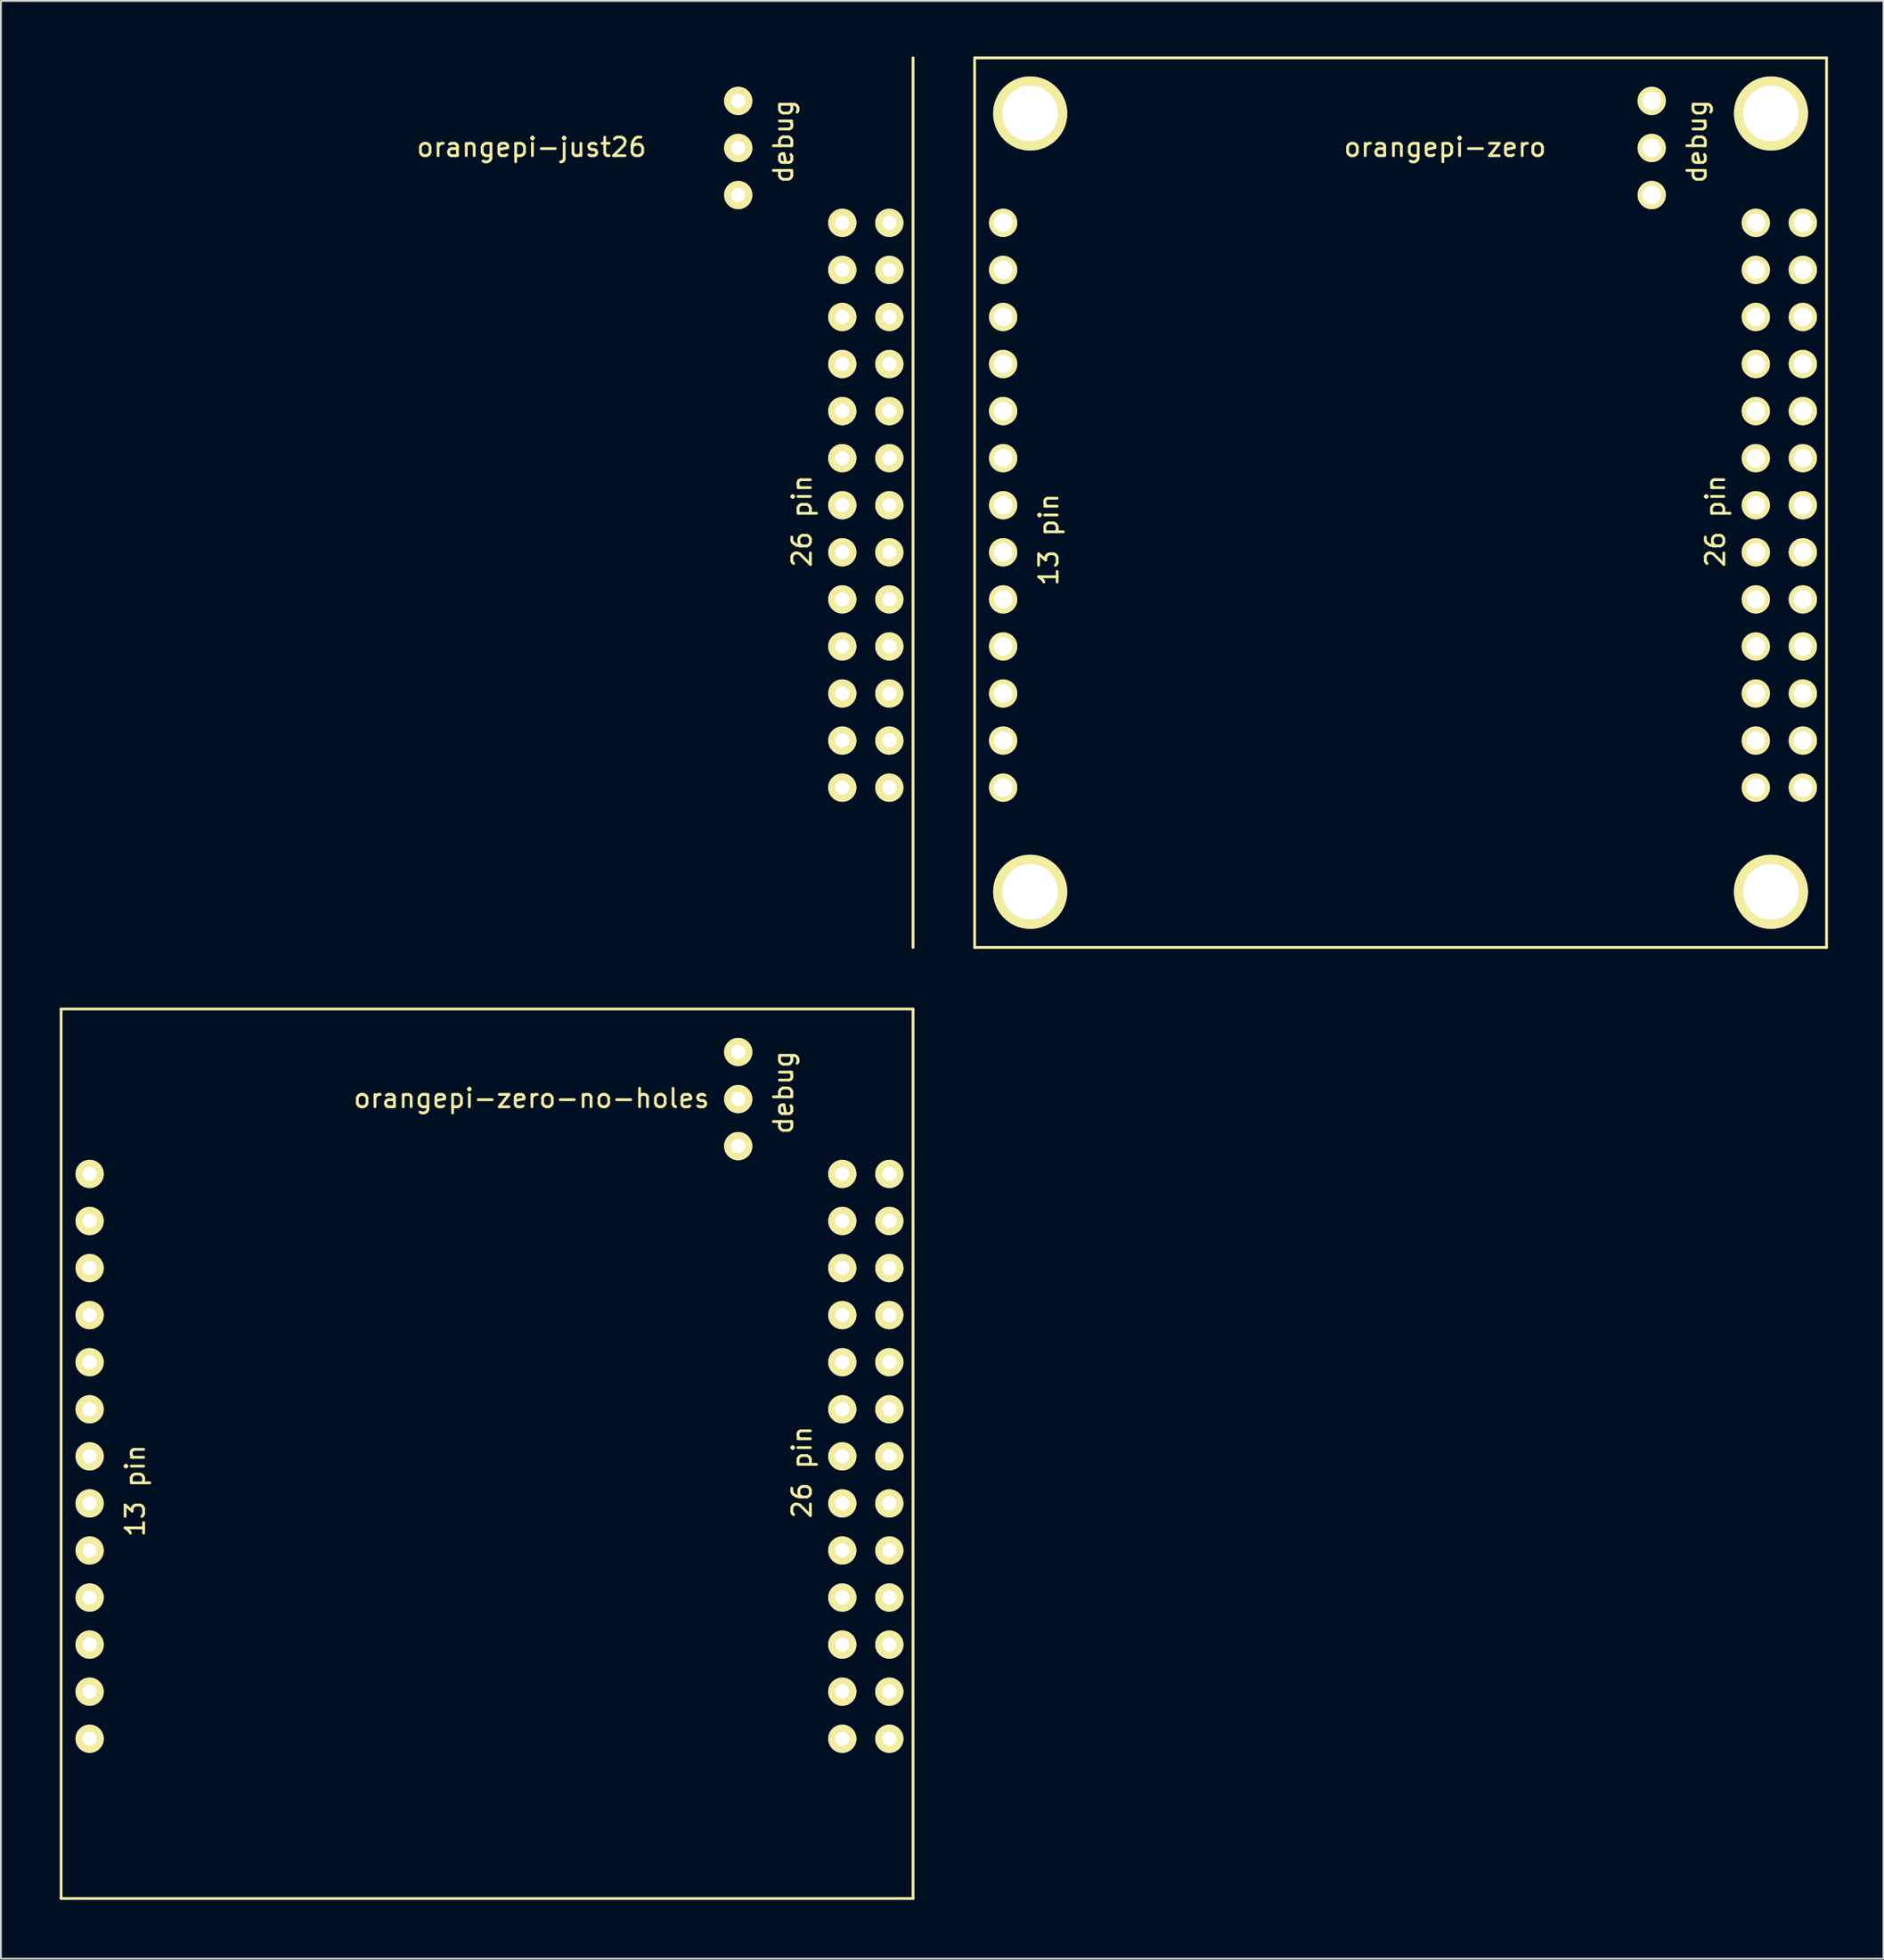
<source format=kicad_pcb>
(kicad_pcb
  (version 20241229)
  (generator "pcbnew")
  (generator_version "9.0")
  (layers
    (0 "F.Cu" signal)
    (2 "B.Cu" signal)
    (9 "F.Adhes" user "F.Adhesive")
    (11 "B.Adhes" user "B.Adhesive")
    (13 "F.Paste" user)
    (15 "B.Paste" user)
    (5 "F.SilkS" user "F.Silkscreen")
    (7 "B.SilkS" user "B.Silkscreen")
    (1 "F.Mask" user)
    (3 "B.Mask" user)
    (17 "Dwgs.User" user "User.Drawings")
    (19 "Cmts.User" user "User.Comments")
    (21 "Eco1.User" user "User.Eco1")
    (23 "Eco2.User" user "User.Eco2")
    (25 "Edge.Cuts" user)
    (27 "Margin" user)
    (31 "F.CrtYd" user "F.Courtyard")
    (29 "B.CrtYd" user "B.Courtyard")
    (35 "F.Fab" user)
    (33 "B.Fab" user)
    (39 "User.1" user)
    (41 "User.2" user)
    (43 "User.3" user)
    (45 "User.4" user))
  (footprint "orangepi-zero-no-holes"
    (layer "F.Cu")
    (at 0.25 99.4)
    (property "Reference" "orangepi-zero-no-holes" (at 25.4 -43.18 0) (layer "F.SilkS") (effects (font (size 1 1) (thickness 0.15))))
    (attr through_hole)
    (fp_line (start 0 -48) (end 46 -48) (stroke (width 0.15) (type solid)) (layer "F.SilkS"))
    (fp_line (start 0 0) (end 0 -48) (stroke (width 0.15) (type solid)) (layer "F.SilkS"))
    (fp_line (start 46 -48) (end 46 0) (stroke (width 0.15) (type solid)) (layer "F.SilkS"))
    (fp_line (start 46 0) (end 0 0) (stroke (width 0.15) (type solid)) (layer "F.SilkS"))
    (fp_text user "13 pin" (at 4 -22 90) (layer "F.SilkS") (effects (font (size 1 1) (thickness 0.15))))
    (fp_text user "debug" (at 39 -43.5 90) (layer "F.SilkS") (effects (font (size 1 1) (thickness 0.15))))
    (fp_text user "26 pin" (at 40 -23 90) (layer "F.SilkS") (effects (font (size 1 1) (thickness 0.15))))
    (pad "1" thru_hole circle (at 1.54 -39.1) (size 1.524 1.524) (drill 0.762) (layers "*.Cu" "*.Mask" "F.SilkS"))
    (pad "2" thru_hole circle (at 1.54 -36.56) (size 1.524 1.524) (drill 0.762) (layers "*.Cu" "*.Mask" "F.SilkS"))
    (pad "3" thru_hole circle (at 1.54 -34.02) (size 1.524 1.524) (drill 0.762) (layers "*.Cu" "*.Mask" "F.SilkS"))
    (pad "4" thru_hole circle (at 1.54 -31.48) (size 1.524 1.524) (drill 0.762) (layers "*.Cu" "*.Mask" "F.SilkS"))
    (pad "5" thru_hole circle (at 1.54 -28.94) (size 1.524 1.524) (drill 0.762) (layers "*.Cu" "*.Mask" "F.SilkS"))
    (pad "6" thru_hole circle (at 1.54 -26.4) (size 1.524 1.524) (drill 0.762) (layers "*.Cu" "*.Mask" "F.SilkS"))
    (pad "7" thru_hole circle (at 1.54 -23.86) (size 1.524 1.524) (drill 0.762) (layers "*.Cu" "*.Mask" "F.SilkS"))
    (pad "8" thru_hole circle (at 1.54 -21.32) (size 1.524 1.524) (drill 0.762) (layers "*.Cu" "*.Mask" "F.SilkS"))
    (pad "9" thru_hole circle (at 1.54 -18.78) (size 1.524 1.524) (drill 0.762) (layers "*.Cu" "*.Mask" "F.SilkS"))
    (pad "10" thru_hole circle (at 1.54 -16.24) (size 1.524 1.524) (drill 0.762) (layers "*.Cu" "*.Mask" "F.SilkS"))
    (pad "11" thru_hole circle (at 1.54 -13.7) (size 1.524 1.524) (drill 0.762) (layers "*.Cu" "*.Mask" "F.SilkS"))
    (pad "12" thru_hole circle (at 1.54 -11.16) (size 1.524 1.524) (drill 0.762) (layers "*.Cu" "*.Mask" "F.SilkS"))
    (pad "13" thru_hole circle (at 1.54 -8.62) (size 1.524 1.524) (drill 0.762) (layers "*.Cu" "*.Mask" "F.SilkS"))
    (pad "101" thru_hole circle (at 44.72 -8.62) (size 1.524 1.524) (drill 0.762) (layers "*.Cu" "*.Mask" "F.SilkS"))
    (pad "102" thru_hole circle (at 42.18 -8.62) (size 1.524 1.524) (drill 0.762) (layers "*.Cu" "*.Mask" "F.SilkS"))
    (pad "103" thru_hole circle (at 44.72 -11.16) (size 1.524 1.524) (drill 0.762) (layers "*.Cu" "*.Mask" "F.SilkS"))
    (pad "104" thru_hole circle (at 42.18 -11.16) (size 1.524 1.524) (drill 0.762) (layers "*.Cu" "*.Mask" "F.SilkS"))
    (pad "105" thru_hole circle (at 44.72 -13.7) (size 1.524 1.524) (drill 0.762) (layers "*.Cu" "*.Mask" "F.SilkS"))
    (pad "106" thru_hole circle (at 42.18 -13.7) (size 1.524 1.524) (drill 0.762) (layers "*.Cu" "*.Mask" "F.SilkS"))
    (pad "107" thru_hole circle (at 44.72 -16.24) (size 1.524 1.524) (drill 0.762) (layers "*.Cu" "*.Mask" "F.SilkS"))
    (pad "108" thru_hole circle (at 42.18 -16.24) (size 1.524 1.524) (drill 0.762) (layers "*.Cu" "*.Mask" "F.SilkS"))
    (pad "109" thru_hole circle (at 44.72 -18.78) (size 1.524 1.524) (drill 0.762) (layers "*.Cu" "*.Mask" "F.SilkS"))
    (pad "110" thru_hole circle (at 42.18 -18.78) (size 1.524 1.524) (drill 0.762) (layers "*.Cu" "*.Mask" "F.SilkS"))
    (pad "111" thru_hole circle (at 44.72 -21.32) (size 1.524 1.524) (drill 0.762) (layers "*.Cu" "*.Mask" "F.SilkS"))
    (pad "112" thru_hole circle (at 42.18 -21.32) (size 1.524 1.524) (drill 0.762) (layers "*.Cu" "*.Mask" "F.SilkS"))
    (pad "113" thru_hole circle (at 44.72 -23.86) (size 1.524 1.524) (drill 0.762) (layers "*.Cu" "*.Mask" "F.SilkS"))
    (pad "114" thru_hole circle (at 42.18 -23.86) (size 1.524 1.524) (drill 0.762) (layers "*.Cu" "*.Mask" "F.SilkS"))
    (pad "115" thru_hole circle (at 44.72 -26.4) (size 1.524 1.524) (drill 0.762) (layers "*.Cu" "*.Mask" "F.SilkS"))
    (pad "116" thru_hole circle (at 42.18 -26.4) (size 1.524 1.524) (drill 0.762) (layers "*.Cu" "*.Mask" "F.SilkS"))
    (pad "117" thru_hole circle (at 44.72 -28.94) (size 1.524 1.524) (drill 0.762) (layers "*.Cu" "*.Mask" "F.SilkS"))
    (pad "118" thru_hole circle (at 42.18 -28.94) (size 1.524 1.524) (drill 0.762) (layers "*.Cu" "*.Mask" "F.SilkS"))
    (pad "119" thru_hole circle (at 44.72 -31.48) (size 1.524 1.524) (drill 0.762) (layers "*.Cu" "*.Mask" "F.SilkS"))
    (pad "120" thru_hole circle (at 42.18 -31.48) (size 1.524 1.524) (drill 0.762) (layers "*.Cu" "*.Mask" "F.SilkS"))
    (pad "121" thru_hole circle (at 44.72 -34.02) (size 1.524 1.524) (drill 0.762) (layers "*.Cu" "*.Mask" "F.SilkS"))
    (pad "122" thru_hole circle (at 42.18 -34.02) (size 1.524 1.524) (drill 0.762) (layers "*.Cu" "*.Mask" "F.SilkS"))
    (pad "123" thru_hole circle (at 44.72 -36.56) (size 1.524 1.524) (drill 0.762) (layers "*.Cu" "*.Mask" "F.SilkS"))
    (pad "124" thru_hole circle (at 42.18 -36.56) (size 1.524 1.524) (drill 0.762) (layers "*.Cu" "*.Mask" "F.SilkS"))
    (pad "125" thru_hole circle (at 44.72 -39.1) (size 1.524 1.524) (drill 0.762) (layers "*.Cu" "*.Mask" "F.SilkS"))
    (pad "126" thru_hole circle (at 42.18 -39.1) (size 1.524 1.524) (drill 0.762) (layers "*.Cu" "*.Mask" "F.SilkS"))
    (pad "201" thru_hole circle (at 36.56 -45.68) (size 1.524 1.524) (drill 0.762) (layers "*.Cu" "*.Mask" "F.SilkS"))
    (pad "202" thru_hole circle (at 36.56 -43.14) (size 1.524 1.524) (drill 0.762) (layers "*.Cu" "*.Mask" "F.SilkS"))
    (pad "203" thru_hole circle (at 36.56 -40.6) (size 1.524 1.524) (drill 0.762) (layers "*.Cu" "*.Mask" "F.SilkS")))
  (footprint "orangepi-just26"
    (layer "F.Cu")
    (at 0.25 48.075)
    (property "Reference" "orangepi-just26" (at 25.4 -43.18 0) (layer "F.SilkS") (effects (font (size 1 1) (thickness 0.15))))
    (attr through_hole)
    (fp_line (start 46 -48) (end 46 0) (stroke (width 0.15) (type solid)) (layer "F.SilkS"))
    (fp_text user "26 pin" (at 40 -23 90) (layer "F.SilkS") (effects (font (size 1 1) (thickness 0.15))))
    (fp_text user "debug" (at 39 -43.5 90) (layer "F.SilkS") (effects (font (size 1 1) (thickness 0.15))))
    (pad "101" thru_hole circle (at 44.72 -8.62) (size 1.524 1.524) (drill 0.762) (layers "*.Cu" "*.Mask" "F.SilkS"))
    (pad "102" thru_hole circle (at 42.18 -8.62) (size 1.524 1.524) (drill 0.762) (layers "*.Cu" "*.Mask" "F.SilkS"))
    (pad "103" thru_hole circle (at 44.72 -11.16) (size 1.524 1.524) (drill 0.762) (layers "*.Cu" "*.Mask" "F.SilkS"))
    (pad "104" thru_hole circle (at 42.18 -11.16) (size 1.524 1.524) (drill 0.762) (layers "*.Cu" "*.Mask" "F.SilkS"))
    (pad "105" thru_hole circle (at 44.72 -13.7) (size 1.524 1.524) (drill 0.762) (layers "*.Cu" "*.Mask" "F.SilkS"))
    (pad "106" thru_hole circle (at 42.18 -13.7) (size 1.524 1.524) (drill 0.762) (layers "*.Cu" "*.Mask" "F.SilkS"))
    (pad "107" thru_hole circle (at 44.72 -16.24) (size 1.524 1.524) (drill 0.762) (layers "*.Cu" "*.Mask" "F.SilkS"))
    (pad "108" thru_hole circle (at 42.18 -16.24) (size 1.524 1.524) (drill 0.762) (layers "*.Cu" "*.Mask" "F.SilkS"))
    (pad "109" thru_hole circle (at 44.72 -18.78) (size 1.524 1.524) (drill 0.762) (layers "*.Cu" "*.Mask" "F.SilkS"))
    (pad "110" thru_hole circle (at 42.18 -18.78) (size 1.524 1.524) (drill 0.762) (layers "*.Cu" "*.Mask" "F.SilkS"))
    (pad "111" thru_hole circle (at 44.72 -21.32) (size 1.524 1.524) (drill 0.762) (layers "*.Cu" "*.Mask" "F.SilkS"))
    (pad "112" thru_hole circle (at 42.18 -21.32) (size 1.524 1.524) (drill 0.762) (layers "*.Cu" "*.Mask" "F.SilkS"))
    (pad "113" thru_hole circle (at 44.72 -23.86) (size 1.524 1.524) (drill 0.762) (layers "*.Cu" "*.Mask" "F.SilkS"))
    (pad "114" thru_hole circle (at 42.18 -23.86) (size 1.524 1.524) (drill 0.762) (layers "*.Cu" "*.Mask" "F.SilkS"))
    (pad "115" thru_hole circle (at 44.72 -26.4) (size 1.524 1.524) (drill 0.762) (layers "*.Cu" "*.Mask" "F.SilkS"))
    (pad "116" thru_hole circle (at 42.18 -26.4) (size 1.524 1.524) (drill 0.762) (layers "*.Cu" "*.Mask" "F.SilkS"))
    (pad "117" thru_hole circle (at 44.72 -28.94) (size 1.524 1.524) (drill 0.762) (layers "*.Cu" "*.Mask" "F.SilkS"))
    (pad "118" thru_hole circle (at 42.18 -28.94) (size 1.524 1.524) (drill 0.762) (layers "*.Cu" "*.Mask" "F.SilkS"))
    (pad "119" thru_hole circle (at 44.72 -31.48) (size 1.524 1.524) (drill 0.762) (layers "*.Cu" "*.Mask" "F.SilkS"))
    (pad "120" thru_hole circle (at 42.18 -31.48) (size 1.524 1.524) (drill 0.762) (layers "*.Cu" "*.Mask" "F.SilkS"))
    (pad "121" thru_hole circle (at 44.72 -34.02) (size 1.524 1.524) (drill 0.762) (layers "*.Cu" "*.Mask" "F.SilkS"))
    (pad "122" thru_hole circle (at 42.18 -34.02) (size 1.524 1.524) (drill 0.762) (layers "*.Cu" "*.Mask" "F.SilkS"))
    (pad "123" thru_hole circle (at 44.72 -36.56) (size 1.524 1.524) (drill 0.762) (layers "*.Cu" "*.Mask" "F.SilkS"))
    (pad "124" thru_hole circle (at 42.18 -36.56) (size 1.524 1.524) (drill 0.762) (layers "*.Cu" "*.Mask" "F.SilkS"))
    (pad "125" thru_hole circle (at 44.72 -39.1) (size 1.524 1.524) (drill 0.762) (layers "*.Cu" "*.Mask" "F.SilkS"))
    (pad "126" thru_hole circle (at 42.18 -39.1) (size 1.524 1.524) (drill 0.762) (layers "*.Cu" "*.Mask" "F.SilkS"))
    (pad "201" thru_hole circle (at 36.56 -45.68) (size 1.524 1.524) (drill 0.762) (layers "*.Cu" "*.Mask" "F.SilkS"))
    (pad "202" thru_hole circle (at 36.56 -43.14) (size 1.524 1.524) (drill 0.762) (layers "*.Cu" "*.Mask" "F.SilkS"))
    (pad "203" thru_hole circle (at 36.56 -40.6) (size 1.524 1.524) (drill 0.762) (layers "*.Cu" "*.Mask" "F.SilkS")))
  (footprint "orangepi-zero"
    (layer "F.Cu")
    (at 49.575 48.075)
    (property "Reference" "orangepi-zero" (at 25.4 -43.18 0) (layer "F.SilkS") (effects (font (size 1 1) (thickness 0.15))))
    (attr through_hole)
    (fp_line (start 0 -48) (end 46 -48) (stroke (width 0.15) (type solid)) (layer "F.SilkS"))
    (fp_line (start 0 0) (end 0 -48) (stroke (width 0.15) (type solid)) (layer "F.SilkS"))
    (fp_line (start 46 -48) (end 46 0) (stroke (width 0.15) (type solid)) (layer "F.SilkS"))
    (fp_line (start 46 0) (end 0 0) (stroke (width 0.15) (type solid)) (layer "F.SilkS"))
    (fp_text user "26 pin" (at 40 -23 90) (layer "F.SilkS") (effects (font (size 1 1) (thickness 0.15))))
    (fp_text user "debug" (at 39 -43.5 90) (layer "F.SilkS") (effects (font (size 1 1) (thickness 0.15))))
    (fp_text user "13 pin" (at 4 -22 90) (layer "F.SilkS") (effects (font (size 1 1) (thickness 0.15))))
    (pad "" thru_hole circle (at 3 -45) (size 4 4) (drill 3) (layers "*.Cu" "*.Mask" "F.SilkS"))
    (pad "" thru_hole circle (at 3 -3) (size 4 4) (drill 3) (layers "*.Cu" "*.Mask" "F.SilkS"))
    (pad "" thru_hole circle (at 43 -45) (size 4 4) (drill 3) (layers "*.Cu" "*.Mask" "F.SilkS"))
    (pad "" thru_hole circle (at 43 -3) (size 4 4) (drill 3) (layers "*.Cu" "*.Mask" "F.SilkS"))
    (pad "1" thru_hole circle (at 1.54 -39.1) (size 1.524 1.524) (drill 1) (layers "*.Cu" "*.Mask" "F.SilkS"))
    (pad "2" thru_hole circle (at 1.54 -36.56) (size 1.524 1.524) (drill 1) (layers "*.Cu" "*.Mask" "F.SilkS"))
    (pad "3" thru_hole circle (at 1.54 -34.02) (size 1.524 1.524) (drill 1) (layers "*.Cu" "*.Mask" "F.SilkS"))
    (pad "4" thru_hole circle (at 1.54 -31.48) (size 1.524 1.524) (drill 1) (layers "*.Cu" "*.Mask" "F.SilkS"))
    (pad "5" thru_hole circle (at 1.54 -28.94) (size 1.524 1.524) (drill 1) (layers "*.Cu" "*.Mask" "F.SilkS"))
    (pad "6" thru_hole circle (at 1.54 -26.4) (size 1.524 1.524) (drill 1) (layers "*.Cu" "*.Mask" "F.SilkS"))
    (pad "7" thru_hole circle (at 1.54 -23.86) (size 1.524 1.524) (drill 1) (layers "*.Cu" "*.Mask" "F.SilkS"))
    (pad "8" thru_hole circle (at 1.54 -21.32) (size 1.524 1.524) (drill 1) (layers "*.Cu" "*.Mask" "F.SilkS"))
    (pad "9" thru_hole circle (at 1.54 -18.78) (size 1.524 1.524) (drill 1) (layers "*.Cu" "*.Mask" "F.SilkS"))
    (pad "10" thru_hole circle (at 1.54 -16.24) (size 1.524 1.524) (drill 1) (layers "*.Cu" "*.Mask" "F.SilkS"))
    (pad "11" thru_hole circle (at 1.54 -13.7) (size 1.524 1.524) (drill 1) (layers "*.Cu" "*.Mask" "F.SilkS"))
    (pad "12" thru_hole circle (at 1.54 -11.16) (size 1.524 1.524) (drill 1) (layers "*.Cu" "*.Mask" "F.SilkS"))
    (pad "13" thru_hole circle (at 1.54 -8.62) (size 1.524 1.524) (drill 1) (layers "*.Cu" "*.Mask" "F.SilkS"))
    (pad "101" thru_hole circle (at 44.72 -8.62) (size 1.524 1.524) (drill 1) (layers "*.Cu" "*.Mask" "F.SilkS"))
    (pad "102" thru_hole circle (at 42.18 -8.62) (size 1.524 1.524) (drill 1) (layers "*.Cu" "*.Mask" "F.SilkS"))
    (pad "103" thru_hole circle (at 44.72 -11.16) (size 1.524 1.524) (drill 1) (layers "*.Cu" "*.Mask" "F.SilkS"))
    (pad "104" thru_hole circle (at 42.18 -11.16) (size 1.524 1.524) (drill 1) (layers "*.Cu" "*.Mask" "F.SilkS"))
    (pad "105" thru_hole circle (at 44.72 -13.7) (size 1.524 1.524) (drill 1) (layers "*.Cu" "*.Mask" "F.SilkS"))
    (pad "106" thru_hole circle (at 42.18 -13.7) (size 1.524 1.524) (drill 1) (layers "*.Cu" "*.Mask" "F.SilkS"))
    (pad "107" thru_hole circle (at 44.72 -16.24) (size 1.524 1.524) (drill 1) (layers "*.Cu" "*.Mask" "F.SilkS"))
    (pad "108" thru_hole circle (at 42.18 -16.24) (size 1.524 1.524) (drill 1) (layers "*.Cu" "*.Mask" "F.SilkS"))
    (pad "109" thru_hole circle (at 44.72 -18.78) (size 1.524 1.524) (drill 1) (layers "*.Cu" "*.Mask" "F.SilkS"))
    (pad "110" thru_hole circle (at 42.18 -18.78) (size 1.524 1.524) (drill 1) (layers "*.Cu" "*.Mask" "F.SilkS"))
    (pad "111" thru_hole circle (at 44.72 -21.32) (size 1.524 1.524) (drill 1) (layers "*.Cu" "*.Mask" "F.SilkS"))
    (pad "112" thru_hole circle (at 42.18 -21.32) (size 1.524 1.524) (drill 1) (layers "*.Cu" "*.Mask" "F.SilkS"))
    (pad "113" thru_hole circle (at 44.72 -23.86) (size 1.524 1.524) (drill 1) (layers "*.Cu" "*.Mask" "F.SilkS"))
    (pad "114" thru_hole circle (at 42.18 -23.86) (size 1.524 1.524) (drill 1) (layers "*.Cu" "*.Mask" "F.SilkS"))
    (pad "115" thru_hole circle (at 44.72 -26.4) (size 1.524 1.524) (drill 1) (layers "*.Cu" "*.Mask" "F.SilkS"))
    (pad "116" thru_hole circle (at 42.18 -26.4) (size 1.524 1.524) (drill 1) (layers "*.Cu" "*.Mask" "F.SilkS"))
    (pad "117" thru_hole circle (at 44.72 -28.94) (size 1.524 1.524) (drill 1) (layers "*.Cu" "*.Mask" "F.SilkS"))
    (pad "118" thru_hole circle (at 42.18 -28.94) (size 1.524 1.524) (drill 1) (layers "*.Cu" "*.Mask" "F.SilkS"))
    (pad "119" thru_hole circle (at 44.72 -31.48) (size 1.524 1.524) (drill 1) (layers "*.Cu" "*.Mask" "F.SilkS"))
    (pad "120" thru_hole circle (at 42.18 -31.48) (size 1.524 1.524) (drill 1) (layers "*.Cu" "*.Mask" "F.SilkS"))
    (pad "121" thru_hole circle (at 44.72 -34.02) (size 1.524 1.524) (drill 1) (layers "*.Cu" "*.Mask" "F.SilkS"))
    (pad "122" thru_hole circle (at 42.18 -34.02) (size 1.524 1.524) (drill 1) (layers "*.Cu" "*.Mask" "F.SilkS"))
    (pad "123" thru_hole circle (at 44.72 -36.56) (size 1.524 1.524) (drill 1) (layers "*.Cu" "*.Mask" "F.SilkS"))
    (pad "124" thru_hole circle (at 42.18 -36.56) (size 1.524 1.524) (drill 1) (layers "*.Cu" "*.Mask" "F.SilkS"))
    (pad "125" thru_hole circle (at 44.72 -39.1) (size 1.524 1.524) (drill 1) (layers "*.Cu" "*.Mask" "F.SilkS"))
    (pad "126" thru_hole circle (at 42.18 -39.1) (size 1.524 1.524) (drill 1) (layers "*.Cu" "*.Mask" "F.SilkS"))
    (pad "201" thru_hole circle (at 36.56 -45.68) (size 1.524 1.524) (drill 1) (layers "*.Cu" "*.Mask" "F.SilkS"))
    (pad "202" thru_hole circle (at 36.56 -43.14) (size 1.524 1.524) (drill 1) (layers "*.Cu" "*.Mask" "F.SilkS"))
    (pad "203" thru_hole circle (at 36.56 -40.6) (size 1.524 1.524) (drill 1) (layers "*.Cu" "*.Mask" "F.SilkS")))
  (gr_rect
    (start -3 -3)
    (end 98.65 102.65)
    (stroke (width 0.1) (type default))
    (fill no)
    (layer "Edge.Cuts")))
</source>
